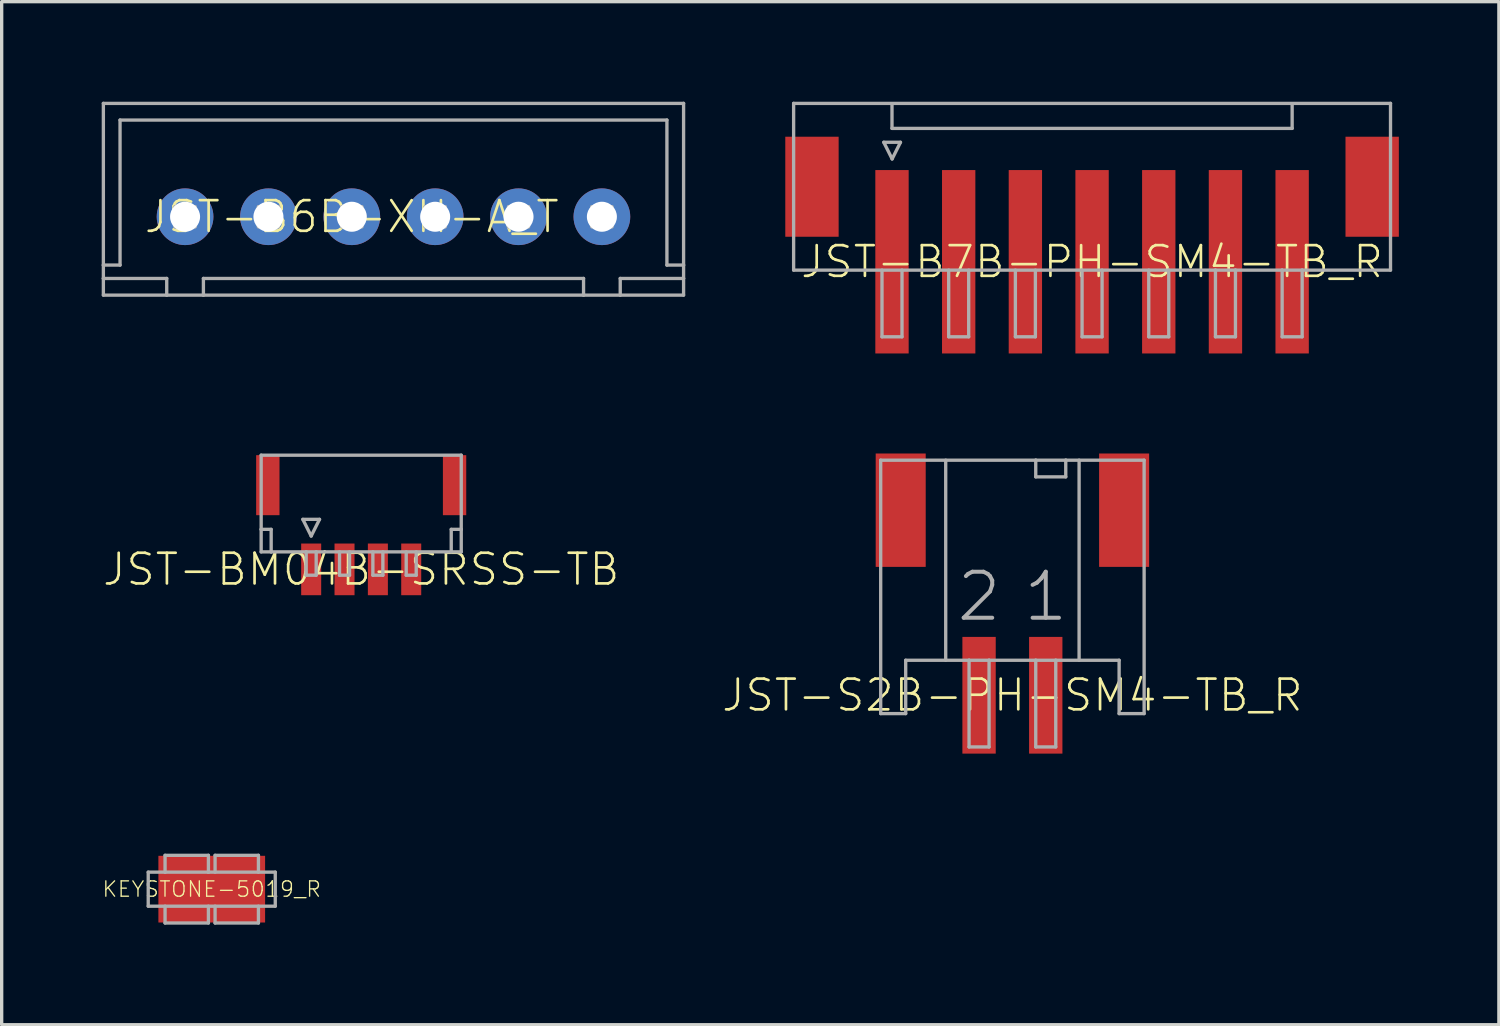
<source format=kicad_pcb>
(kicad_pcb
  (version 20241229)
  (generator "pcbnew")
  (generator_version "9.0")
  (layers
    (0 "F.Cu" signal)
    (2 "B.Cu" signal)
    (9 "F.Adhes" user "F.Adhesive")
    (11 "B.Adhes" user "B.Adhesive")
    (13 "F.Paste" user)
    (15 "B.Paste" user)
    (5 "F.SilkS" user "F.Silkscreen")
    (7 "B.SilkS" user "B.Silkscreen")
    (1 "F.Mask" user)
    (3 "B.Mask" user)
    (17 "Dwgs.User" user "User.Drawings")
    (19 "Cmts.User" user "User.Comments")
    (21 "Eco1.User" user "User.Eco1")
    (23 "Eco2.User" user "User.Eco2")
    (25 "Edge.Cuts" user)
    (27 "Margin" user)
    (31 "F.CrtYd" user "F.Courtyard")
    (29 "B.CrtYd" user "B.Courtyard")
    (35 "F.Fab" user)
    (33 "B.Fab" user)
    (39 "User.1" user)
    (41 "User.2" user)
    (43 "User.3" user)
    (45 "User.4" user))
  (footprint "JST-S2B-PH-SM4-TB_R"
    (layer "F.Cu")
    (at 27.311 17.8)
    (property "Reference" "JST-S2B-PH-SM4-TB_R" (at 0 0 0) (unlocked yes) (layer "F.SilkS") (effects (font (size 0.92 0.92) (thickness 0.08))))
    (fp_line (start -3.95 -7.05) (end -3.95 0.55) (stroke (width 0.1) (type solid)) (layer "F.Fab"))
    (fp_line (start -3.95 0.55) (end -3.2 0.55) (stroke (width 0.1) (type solid)) (layer "F.Fab"))
    (fp_line (start -3.2 -1.05) (end -1.3 -1.05) (stroke (width 0.1) (type solid)) (layer "F.Fab"))
    (fp_line (start -3.2 0.55) (end -3.2 -1.05) (stroke (width 0.1) (type solid)) (layer "F.Fab"))
    (fp_line (start -2 -1.05) (end -2 -7.05) (stroke (width 0.1) (type solid)) (layer "F.Fab"))
    (fp_line (start -1.3 1.55) (end -1.3 -1.05) (stroke (width 0.1) (type solid)) (layer "F.Fab"))
    (fp_line (start -1.3 1.55) (end -0.7 1.55) (stroke (width 0.1) (type solid)) (layer "F.Fab"))
    (fp_line (start -0.7 -1.05) (end -1.3 -1.05) (stroke (width 0.1) (type solid)) (layer "F.Fab"))
    (fp_line (start -0.7 -1.05) (end 0.7 -1.05) (stroke (width 0.1) (type solid)) (layer "F.Fab"))
    (fp_line (start -0.7 1.55) (end -0.7 -1.05) (stroke (width 0.1) (type solid)) (layer "F.Fab"))
    (fp_line (start 0.7 -7.05) (end -3.95 -7.05) (stroke (width 0.1) (type solid)) (layer "F.Fab"))
    (fp_line (start 0.7 -6.55) (end 0.7 -7.05) (stroke (width 0.1) (type solid)) (layer "F.Fab"))
    (fp_line (start 0.7 -1.05) (end 1.3 -1.05) (stroke (width 0.1) (type solid)) (layer "F.Fab"))
    (fp_line (start 0.7 1.55) (end 0.7 -1.05) (stroke (width 0.1) (type solid)) (layer "F.Fab"))
    (fp_line (start 0.7 1.55) (end 1.3 1.55) (stroke (width 0.1) (type solid)) (layer "F.Fab"))
    (fp_line (start 1.3 -1.05) (end 3.2 -1.05) (stroke (width 0.1) (type solid)) (layer "F.Fab"))
    (fp_line (start 1.3 1.55) (end 1.3 -1.05) (stroke (width 0.1) (type solid)) (layer "F.Fab"))
    (fp_line (start 1.6 -7.05) (end 0.7 -7.05) (stroke (width 0.1) (type solid)) (layer "F.Fab"))
    (fp_line (start 1.6 -7.05) (end 1.6 -6.55) (stroke (width 0.1) (type solid)) (layer "F.Fab"))
    (fp_line (start 1.6 -6.55) (end 0.7 -6.55) (stroke (width 0.1) (type solid)) (layer "F.Fab"))
    (fp_line (start 2 -1.05) (end 2 -7.05) (stroke (width 0.1) (type solid)) (layer "F.Fab"))
    (fp_line (start 3.2 -1.05) (end 3.2 0.55) (stroke (width 0.1) (type solid)) (layer "F.Fab"))
    (fp_line (start 3.2 0.55) (end 3.95 0.55) (stroke (width 0.1) (type solid)) (layer "F.Fab"))
    (fp_line (start 3.95 -7.05) (end 1.6 -7.05) (stroke (width 0.1) (type solid)) (layer "F.Fab"))
    (fp_line (start 3.95 0.55) (end 3.95 -7.05) (stroke (width 0.1) (type solid)) (layer "F.Fab"))
    (fp_text user "1" (at 1 -2.15 0) (layer "F.Fab") (effects (font (size 1.38 1.38) (thickness 0.12)) (justify bottom)))
    (fp_text user "2" (at -1 -2.15 0) (layer "F.Fab") (effects (font (size 1.38 1.38) (thickness 0.12)) (justify bottom)))
    (pad "1" smd rect (at 1 0) (size 1 3.5) (layers "F.Cu" "F.Mask" "F.Paste"))
    (pad "2" smd rect (at -1 0) (size 1 3.5) (layers "F.Cu" "F.Mask" "F.Paste"))
    (pad "S1" smd rect (at 3.35 -5.55) (size 1.5 3.4) (layers "F.Cu" "F.Mask" "F.Paste"))
    (pad "S2" smd rect (at -3.35 -5.55) (size 1.5 3.4) (layers "F.Cu" "F.Mask" "F.Paste")))
  (footprint "JST-BM04B-SRSS-TB"
    (layer "F.Cu")
    (at 7.782 14.025)
    (property "Reference" "JST-BM04B-SRSS-TB" (at 0 0 0) (unlocked yes) (layer "F.SilkS") (effects (font (size 0.92 0.92) (thickness 0.08))))
    (fp_poly (pts (xy -2.45 -1.625) (xy -3.15 -1.625) (xy -3.15 -3.425) (xy -2.45 -3.425)) (stroke (width 0) (type default)) (fill yes) (layer "F.Paste"))
    (fp_poly (pts (xy -1.2 0.775) (xy -1.8 0.775) (xy -1.8 -0.775) (xy -1.2 -0.775)) (stroke (width 0) (type default)) (fill yes) (layer "F.Paste"))
    (fp_poly (pts (xy -0.2 0.775) (xy -0.8 0.775) (xy -0.8 -0.775) (xy -0.2 -0.775)) (stroke (width 0) (type default)) (fill yes) (layer "F.Paste"))
    (fp_poly (pts (xy 0.8 0.775) (xy 0.2 0.775) (xy 0.2 -0.775) (xy 0.8 -0.775)) (stroke (width 0) (type default)) (fill yes) (layer "F.Paste"))
    (fp_poly (pts (xy 1.8 0.775) (xy 1.2 0.775) (xy 1.2 -0.775) (xy 1.8 -0.775)) (stroke (width 0) (type default)) (fill yes) (layer "F.Paste"))
    (fp_poly (pts (xy 3.15 -1.625) (xy 2.45 -1.625) (xy 2.45 -3.425) (xy 3.15 -3.425)) (stroke (width 0) (type default)) (fill yes) (layer "F.Paste"))
    (fp_line (start -3 -3.425) (end 3 -3.425) (stroke (width 0.1) (type solid)) (layer "F.Fab"))
    (fp_line (start -3 -1.2) (end -3 -3.425) (stroke (width 0.1) (type solid)) (layer "F.Fab"))
    (fp_line (start -3 -0.525) (end -3 -1.2) (stroke (width 0.1) (type solid)) (layer "F.Fab"))
    (fp_line (start -2.7 -1.2) (end -3 -1.2) (stroke (width 0.1) (type solid)) (layer "F.Fab"))
    (fp_line (start -2.7 -0.525) (end -3 -0.525) (stroke (width 0.1) (type solid)) (layer "F.Fab"))
    (fp_line (start -2.7 -0.525) (end -2.7 -1.2) (stroke (width 0.1) (type solid)) (layer "F.Fab"))
    (fp_line (start -1.75 -1.5) (end -1.25 -1.5) (stroke (width 0.1) (type solid)) (layer "F.Fab"))
    (fp_line (start -1.65 -0.525) (end -2.7 -0.525) (stroke (width 0.1) (type solid)) (layer "F.Fab"))
    (fp_line (start -1.65 -0.525) (end -1.65 0.175) (stroke (width 0.1) (type solid)) (layer "F.Fab"))
    (fp_line (start -1.65 0.175) (end -1.35 0.175) (stroke (width 0.1) (type solid)) (layer "F.Fab"))
    (fp_line (start -1.5 -1) (end -1.75 -1.5) (stroke (width 0.1) (type solid)) (layer "F.Fab"))
    (fp_line (start -1.35 -0.525) (end -1.65 -0.525) (stroke (width 0.1) (type solid)) (layer "F.Fab"))
    (fp_line (start -1.35 0.175) (end -1.35 -0.525) (stroke (width 0.1) (type solid)) (layer "F.Fab"))
    (fp_line (start -1.25 -1.5) (end -1.5 -1) (stroke (width 0.1) (type solid)) (layer "F.Fab"))
    (fp_line (start -0.65 -0.525) (end -0.65 0.175) (stroke (width 0.1) (type solid)) (layer "F.Fab"))
    (fp_line (start -0.65 0.175) (end -0.35 0.175) (stroke (width 0.1) (type solid)) (layer "F.Fab"))
    (fp_line (start -0.35 0.175) (end -0.35 -0.525) (stroke (width 0.1) (type solid)) (layer "F.Fab"))
    (fp_line (start 0.35 -0.525) (end 0.35 0.175) (stroke (width 0.1) (type solid)) (layer "F.Fab"))
    (fp_line (start 0.35 0.175) (end 0.65 0.175) (stroke (width 0.1) (type solid)) (layer "F.Fab"))
    (fp_line (start 0.65 0.175) (end 0.65 -0.525) (stroke (width 0.1) (type solid)) (layer "F.Fab"))
    (fp_line (start 1.35 -0.525) (end 1.35 0.175) (stroke (width 0.1) (type solid)) (layer "F.Fab"))
    (fp_line (start 1.35 0.175) (end 1.65 0.175) (stroke (width 0.1) (type solid)) (layer "F.Fab"))
    (fp_line (start 1.65 0.175) (end 1.65 -0.525) (stroke (width 0.1) (type solid)) (layer "F.Fab"))
    (fp_line (start 2.7 -1.2) (end 3 -1.2) (stroke (width 0.1) (type solid)) (layer "F.Fab"))
    (fp_line (start 2.7 -0.525) (end 2.7 -1.2) (stroke (width 0.1) (type solid)) (layer "F.Fab"))
    (fp_line (start 3 -3.425) (end 3 -1.2) (stroke (width 0.1) (type solid)) (layer "F.Fab"))
    (fp_line (start 3 -1.2) (end 3 -0.525) (stroke (width 0.1) (type solid)) (layer "F.Fab"))
    (fp_line (start 3 -0.525) (end -1.35 -0.525) (stroke (width 0.1) (type solid)) (layer "F.Fab"))
    (pad "1" smd rect (at -1.5 0) (size 0.6 1.55) (layers "F.Cu" "F.Mask"))
    (pad "2" smd rect (at -0.5 0) (size 0.6 1.55) (layers "F.Cu" "F.Mask"))
    (pad "3" smd rect (at 0.5 0) (size 0.6 1.55) (layers "F.Cu" "F.Mask"))
    (pad "4" smd rect (at 1.5 0) (size 0.6 1.55) (layers "F.Cu" "F.Mask"))
    (pad "S1" smd rect (at -2.8 -2.525) (size 0.7 1.8) (layers "F.Cu" "F.Mask"))
    (pad "S2" smd rect (at 2.8 -2.525) (size 0.7 1.8) (layers "F.Cu" "F.Mask")))
  (footprint "JST-B7B-PH-SM4-TB_R"
    (layer "F.Cu")
    (at 29.7 4.8)
    (property "Reference" "JST-B7B-PH-SM4-TB_R" (at 0 0 0) (unlocked yes) (layer "F.SilkS") (effects (font (size 0.92 0.92) (thickness 0.08))))
    (fp_line (start -8.95 -4.75) (end -8.95 0.25) (stroke (width 0.1) (type solid)) (layer "F.Fab"))
    (fp_line (start -8.95 0.25) (end 3.7 0.25) (stroke (width 0.1) (type solid)) (layer "F.Fab"))
    (fp_line (start -6.3 2.25) (end -6.3 0.25) (stroke (width 0.1) (type solid)) (layer "F.Fab"))
    (fp_line (start -6.3 2.25) (end -5.7 2.25) (stroke (width 0.1) (type solid)) (layer "F.Fab"))
    (fp_line (start -6.246 -3.583) (end -5.746 -3.583) (stroke (width 0.1) (type solid)) (layer "F.Fab"))
    (fp_line (start -6 -4) (end -6 -4.7) (stroke (width 0.1) (type solid)) (layer "F.Fab"))
    (fp_line (start -5.996 -3.083) (end -6.246 -3.583) (stroke (width 0.1) (type solid)) (layer "F.Fab"))
    (fp_line (start -5.746 -3.583) (end -5.996 -3.083) (stroke (width 0.1) (type solid)) (layer "F.Fab"))
    (fp_line (start -5.7 2.25) (end -5.7 0.25) (stroke (width 0.1) (type solid)) (layer "F.Fab"))
    (fp_line (start -4.3 2.25) (end -4.3 0.25) (stroke (width 0.1) (type solid)) (layer "F.Fab"))
    (fp_line (start -4.3 2.25) (end -3.7 2.25) (stroke (width 0.1) (type solid)) (layer "F.Fab"))
    (fp_line (start -3.7 2.25) (end -3.7 0.25) (stroke (width 0.1) (type solid)) (layer "F.Fab"))
    (fp_line (start -2.3 2.25) (end -2.3 0.25) (stroke (width 0.1) (type solid)) (layer "F.Fab"))
    (fp_line (start -2.3 2.25) (end -1.7 2.25) (stroke (width 0.1) (type solid)) (layer "F.Fab"))
    (fp_line (start -1.7 2.25) (end -1.7 0.25) (stroke (width 0.1) (type solid)) (layer "F.Fab"))
    (fp_line (start -0.3 2.25) (end -0.3 0.25) (stroke (width 0.1) (type solid)) (layer "F.Fab"))
    (fp_line (start -0.3 2.25) (end 0.3 2.25) (stroke (width 0.1) (type solid)) (layer "F.Fab"))
    (fp_line (start 0.3 2.25) (end 0.3 0.25) (stroke (width 0.1) (type solid)) (layer "F.Fab"))
    (fp_line (start 1.7 2.25) (end 1.7 0.25) (stroke (width 0.1) (type solid)) (layer "F.Fab"))
    (fp_line (start 1.7 2.25) (end 2.3 2.25) (stroke (width 0.1) (type solid)) (layer "F.Fab"))
    (fp_line (start 2.3 2.25) (end 2.3 0.25) (stroke (width 0.1) (type solid)) (layer "F.Fab"))
    (fp_line (start 3.7 2.25) (end 3.7 0.25) (stroke (width 0.1) (type solid)) (layer "F.Fab"))
    (fp_line (start 3.7 2.25) (end 4.3 2.25) (stroke (width 0.1) (type solid)) (layer "F.Fab"))
    (fp_line (start 4.3 0.25) (end 3.7 0.25) (stroke (width 0.1) (type solid)) (layer "F.Fab"))
    (fp_line (start 4.3 0.25) (end 5.7 0.25) (stroke (width 0.1) (type solid)) (layer "F.Fab"))
    (fp_line (start 4.3 2.25) (end 4.3 0.25) (stroke (width 0.1) (type solid)) (layer "F.Fab"))
    (fp_line (start 5.7 0.25) (end 6.3 0.25) (stroke (width 0.1) (type solid)) (layer "F.Fab"))
    (fp_line (start 5.7 2.25) (end 5.7 0.25) (stroke (width 0.1) (type solid)) (layer "F.Fab"))
    (fp_line (start 5.7 2.25) (end 6.3 2.25) (stroke (width 0.1) (type solid)) (layer "F.Fab"))
    (fp_line (start 6 -4.7) (end 6 -4) (stroke (width 0.1) (type solid)) (layer "F.Fab"))
    (fp_line (start 6 -4) (end -6 -4) (stroke (width 0.1) (type solid)) (layer "F.Fab"))
    (fp_line (start 6.3 0.25) (end 8.95 0.25) (stroke (width 0.1) (type solid)) (layer "F.Fab"))
    (fp_line (start 6.3 2.25) (end 6.3 0.25) (stroke (width 0.1) (type solid)) (layer "F.Fab"))
    (fp_line (start 8.95 -4.75) (end -8.95 -4.75) (stroke (width 0.1) (type solid)) (layer "F.Fab"))
    (fp_line (start 8.95 0.25) (end 8.95 -4.75) (stroke (width 0.1) (type solid)) (layer "F.Fab"))
    (pad "1" smd rect (at -6 0) (size 1 5.5) (layers "F.Cu" "F.Mask" "F.Paste"))
    (pad "2" smd rect (at -4 0) (size 1 5.5) (layers "F.Cu" "F.Mask" "F.Paste"))
    (pad "3" smd rect (at -2 0) (size 1 5.5) (layers "F.Cu" "F.Mask" "F.Paste"))
    (pad "4" smd rect (at 0 0) (size 1 5.5) (layers "F.Cu" "F.Mask" "F.Paste"))
    (pad "5" smd rect (at 2 0) (size 1 5.5) (layers "F.Cu" "F.Mask" "F.Paste"))
    (pad "6" smd rect (at 4 0) (size 1 5.5) (layers "F.Cu" "F.Mask" "F.Paste"))
    (pad "7" smd rect (at 6 0) (size 1 5.5) (layers "F.Cu" "F.Mask" "F.Paste"))
    (pad "S1" smd rect (at 8.4 -2.25) (size 1.6 3) (layers "F.Cu" "F.Mask" "F.Paste"))
    (pad "S2" smd rect (at -8.4 -2.25) (size 1.6 3) (layers "F.Cu" "F.Mask" "F.Paste")))
  (footprint "KEYSTONE-5019_R"
    (layer "F.Cu")
    (at 3.3 23.615)
    (property "Reference" "KEYSTONE-5019_R" (at 0 0 0) (unlocked yes) (layer "F.SilkS") (effects (font (size 0.46 0.46) (thickness 0.04))))
    (fp_line (start -1.905 -0.51) (end -1.4 -0.51) (stroke (width 0.1) (type solid)) (layer "F.Fab"))
    (fp_line (start -1.905 0.51) (end -1.905 -0.51) (stroke (width 0.1) (type solid)) (layer "F.Fab"))
    (fp_line (start -1.4 -0.51) (end -1.4 -1.015) (stroke (width 0.1) (type solid)) (layer "F.Fab"))
    (fp_line (start -1.4 -0.51) (end -0.1 -0.51) (stroke (width 0.1) (type solid)) (layer "F.Fab"))
    (fp_line (start -1.4 0.51) (end -1.4 1.015) (stroke (width 0.1) (type solid)) (layer "F.Fab"))
    (fp_line (start -1.4 1.015) (end -0.1 1.015) (stroke (width 0.1) (type solid)) (layer "F.Fab"))
    (fp_line (start -0.1 -1.015) (end -1.4 -1.015) (stroke (width 0.1) (type solid)) (layer "F.Fab"))
    (fp_line (start -0.1 -0.51) (end -0.1 -1.015) (stroke (width 0.1) (type solid)) (layer "F.Fab"))
    (fp_line (start -0.1 -0.51) (end 1.905 -0.51) (stroke (width 0.1) (type solid)) (layer "F.Fab"))
    (fp_line (start -0.1 0.51) (end -0.1 1.015) (stroke (width 0.1) (type solid)) (layer "F.Fab"))
    (fp_line (start 0.1 -0.51) (end 0.1 -1.015) (stroke (width 0.1) (type solid)) (layer "F.Fab"))
    (fp_line (start 0.1 0.51) (end 0.1 1.015) (stroke (width 0.1) (type solid)) (layer "F.Fab"))
    (fp_line (start 0.1 1.015) (end 1.4 1.015) (stroke (width 0.1) (type solid)) (layer "F.Fab"))
    (fp_line (start 1.4 -1.015) (end 0.1 -1.015) (stroke (width 0.1) (type solid)) (layer "F.Fab"))
    (fp_line (start 1.4 -0.51) (end 1.4 -1.015) (stroke (width 0.1) (type solid)) (layer "F.Fab"))
    (fp_line (start 1.4 0.51) (end 1.4 1.015) (stroke (width 0.1) (type solid)) (layer "F.Fab"))
    (fp_line (start 1.905 -0.51) (end 1.905 0.51) (stroke (width 0.1) (type solid)) (layer "F.Fab"))
    (fp_line (start 1.905 0.51) (end -1.905 0.51) (stroke (width 0.1) (type solid)) (layer "F.Fab"))
    (pad "0" smd rect (at 0 0) (size 3.2 2) (layers "F.Cu" "F.Mask" "F.Paste")))
  (footprint "JST-B6B-XH-A_T"
    (layer "F.Cu")
    (at 8.75 3.45)
    (property "Reference" "JST-B6B-XH-A_T" (at -1.25 0 0) (unlocked yes) (layer "F.SilkS") (effects (font (size 0.92 0.92) (thickness 0.08))))
    (fp_line (start -8.7 -3.4) (end -8.7 1.45) (stroke (width 0.1) (type solid)) (layer "F.Fab"))
    (fp_line (start -8.7 -3.4) (end 8.7 -3.4) (stroke (width 0.1) (type solid)) (layer "F.Fab"))
    (fp_line (start -8.7 1.45) (end -8.7 1.85) (stroke (width 0.1) (type solid)) (layer "F.Fab"))
    (fp_line (start -8.7 1.85) (end -8.7 2.35) (stroke (width 0.1) (type solid)) (layer "F.Fab"))
    (fp_line (start -8.7 2.35) (end -6.8 2.35) (stroke (width 0.1) (type solid)) (layer "F.Fab"))
    (fp_line (start -8.2 -2.9) (end -8.2 1.45) (stroke (width 0.1) (type solid)) (layer "F.Fab"))
    (fp_line (start -8.2 -2.9) (end 8.2 -2.9) (stroke (width 0.1) (type solid)) (layer "F.Fab"))
    (fp_line (start -8.2 1.45) (end -8.7 1.45) (stroke (width 0.1) (type solid)) (layer "F.Fab"))
    (fp_line (start -6.8 1.85) (end -8.7 1.85) (stroke (width 0.1) (type solid)) (layer "F.Fab"))
    (fp_line (start -6.8 1.85) (end -6.8 2.35) (stroke (width 0.1) (type solid)) (layer "F.Fab"))
    (fp_line (start -6.8 2.35) (end -5.7 2.35) (stroke (width 0.1) (type solid)) (layer "F.Fab"))
    (fp_line (start -6.55 -0.3) (end -6.55 0.3) (stroke (width 0.1) (type solid)) (layer "F.Fab"))
    (fp_line (start -6.55 0.3) (end -5.95 0.3) (stroke (width 0.1) (type solid)) (layer "F.Fab"))
    (fp_line (start -5.95 -0.3) (end -6.55 -0.3) (stroke (width 0.1) (type solid)) (layer "F.Fab"))
    (fp_line (start -5.95 0.3) (end -5.95 -0.3) (stroke (width 0.1) (type solid)) (layer "F.Fab"))
    (fp_line (start -5.7 1.85) (end -5.7 2.35) (stroke (width 0.1) (type solid)) (layer "F.Fab"))
    (fp_line (start -5.7 1.85) (end 5.7 1.85) (stroke (width 0.1) (type solid)) (layer "F.Fab"))
    (fp_line (start -5.7 2.35) (end 5.7 2.35) (stroke (width 0.1) (type solid)) (layer "F.Fab"))
    (fp_line (start -4.05 -0.3) (end -4.05 0.3) (stroke (width 0.1) (type solid)) (layer "F.Fab"))
    (fp_line (start -4.05 0.3) (end -3.45 0.3) (stroke (width 0.1) (type solid)) (layer "F.Fab"))
    (fp_line (start -3.45 -0.3) (end -4.05 -0.3) (stroke (width 0.1) (type solid)) (layer "F.Fab"))
    (fp_line (start -3.45 0.3) (end -3.45 -0.3) (stroke (width 0.1) (type solid)) (layer "F.Fab"))
    (fp_line (start -1.55 -0.3) (end -1.55 0.3) (stroke (width 0.1) (type solid)) (layer "F.Fab"))
    (fp_line (start -1.55 0.3) (end -0.95 0.3) (stroke (width 0.1) (type solid)) (layer "F.Fab"))
    (fp_line (start -0.95 -0.3) (end -1.55 -0.3) (stroke (width 0.1) (type solid)) (layer "F.Fab"))
    (fp_line (start -0.95 0.3) (end -0.95 -0.3) (stroke (width 0.1) (type solid)) (layer "F.Fab"))
    (fp_line (start 0.95 -0.3) (end 0.95 0.3) (stroke (width 0.1) (type solid)) (layer "F.Fab"))
    (fp_line (start 0.95 0.3) (end 1.55 0.3) (stroke (width 0.1) (type solid)) (layer "F.Fab"))
    (fp_line (start 1.55 -0.3) (end 0.95 -0.3) (stroke (width 0.1) (type solid)) (layer "F.Fab"))
    (fp_line (start 1.55 0.3) (end 1.55 -0.3) (stroke (width 0.1) (type solid)) (layer "F.Fab"))
    (fp_line (start 3.45 -0.3) (end 3.45 0.3) (stroke (width 0.1) (type solid)) (layer "F.Fab"))
    (fp_line (start 3.45 0.3) (end 4.05 0.3) (stroke (width 0.1) (type solid)) (layer "F.Fab"))
    (fp_line (start 4.05 -0.3) (end 3.45 -0.3) (stroke (width 0.1) (type solid)) (layer "F.Fab"))
    (fp_line (start 4.05 0.3) (end 4.05 -0.3) (stroke (width 0.1) (type solid)) (layer "F.Fab"))
    (fp_line (start 5.7 1.85) (end 5.7 2.35) (stroke (width 0.1) (type solid)) (layer "F.Fab"))
    (fp_line (start 5.95 -0.3) (end 5.95 0.3) (stroke (width 0.1) (type solid)) (layer "F.Fab"))
    (fp_line (start 5.95 0.3) (end 6.55 0.3) (stroke (width 0.1) (type solid)) (layer "F.Fab"))
    (fp_line (start 6.55 -0.3) (end 5.95 -0.3) (stroke (width 0.1) (type solid)) (layer "F.Fab"))
    (fp_line (start 6.55 0.3) (end 6.55 -0.3) (stroke (width 0.1) (type solid)) (layer "F.Fab"))
    (fp_line (start 6.8 1.85) (end 6.8 2.35) (stroke (width 0.1) (type solid)) (layer "F.Fab"))
    (fp_line (start 6.8 1.85) (end 8.7 1.85) (stroke (width 0.1) (type solid)) (layer "F.Fab"))
    (fp_line (start 6.8 2.35) (end 5.7 2.35) (stroke (width 0.1) (type solid)) (layer "F.Fab"))
    (fp_line (start 6.8 2.35) (end 8.7 2.35) (stroke (width 0.1) (type solid)) (layer "F.Fab"))
    (fp_line (start 8.2 1.45) (end 8.2 -2.9) (stroke (width 0.1) (type solid)) (layer "F.Fab"))
    (fp_line (start 8.2 1.45) (end 8.7 1.45) (stroke (width 0.1) (type solid)) (layer "F.Fab"))
    (fp_line (start 8.7 1.45) (end 8.7 -3.4) (stroke (width 0.1) (type solid)) (layer "F.Fab"))
    (fp_line (start 8.7 1.85) (end 8.7 1.45) (stroke (width 0.1) (type solid)) (layer "F.Fab"))
    (fp_line (start 8.7 2.35) (end 8.7 1.85) (stroke (width 0.1) (type solid)) (layer "F.Fab"))
    (pad "1" thru_hole circle (at -6.25 0) (size 1.7 1.7) (drill 0.9) (layers "*.Cu" "*.Mask"))
    (pad "2" thru_hole circle (at -3.75 0) (size 1.7 1.7) (drill 0.9) (layers "*.Cu" "*.Mask"))
    (pad "3" thru_hole circle (at -1.25 0) (size 1.7 1.7) (drill 0.9) (layers "*.Cu" "*.Mask"))
    (pad "4" thru_hole circle (at 1.25 0) (size 1.7 1.7) (drill 0.9) (layers "*.Cu" "*.Mask"))
    (pad "5" thru_hole circle (at 3.75 0) (size 1.7 1.7) (drill 0.9) (layers "*.Cu" "*.Mask"))
    (pad "6" thru_hole circle (at 6.25 0) (size 1.7 1.7) (drill 0.9) (layers "*.Cu" "*.Mask")))
  (gr_rect
    (start -3 -3)
    (end 41.9 27.68)
    (stroke (width 0.1) (type default))
    (fill no)
    (layer "Edge.Cuts")))
</source>
